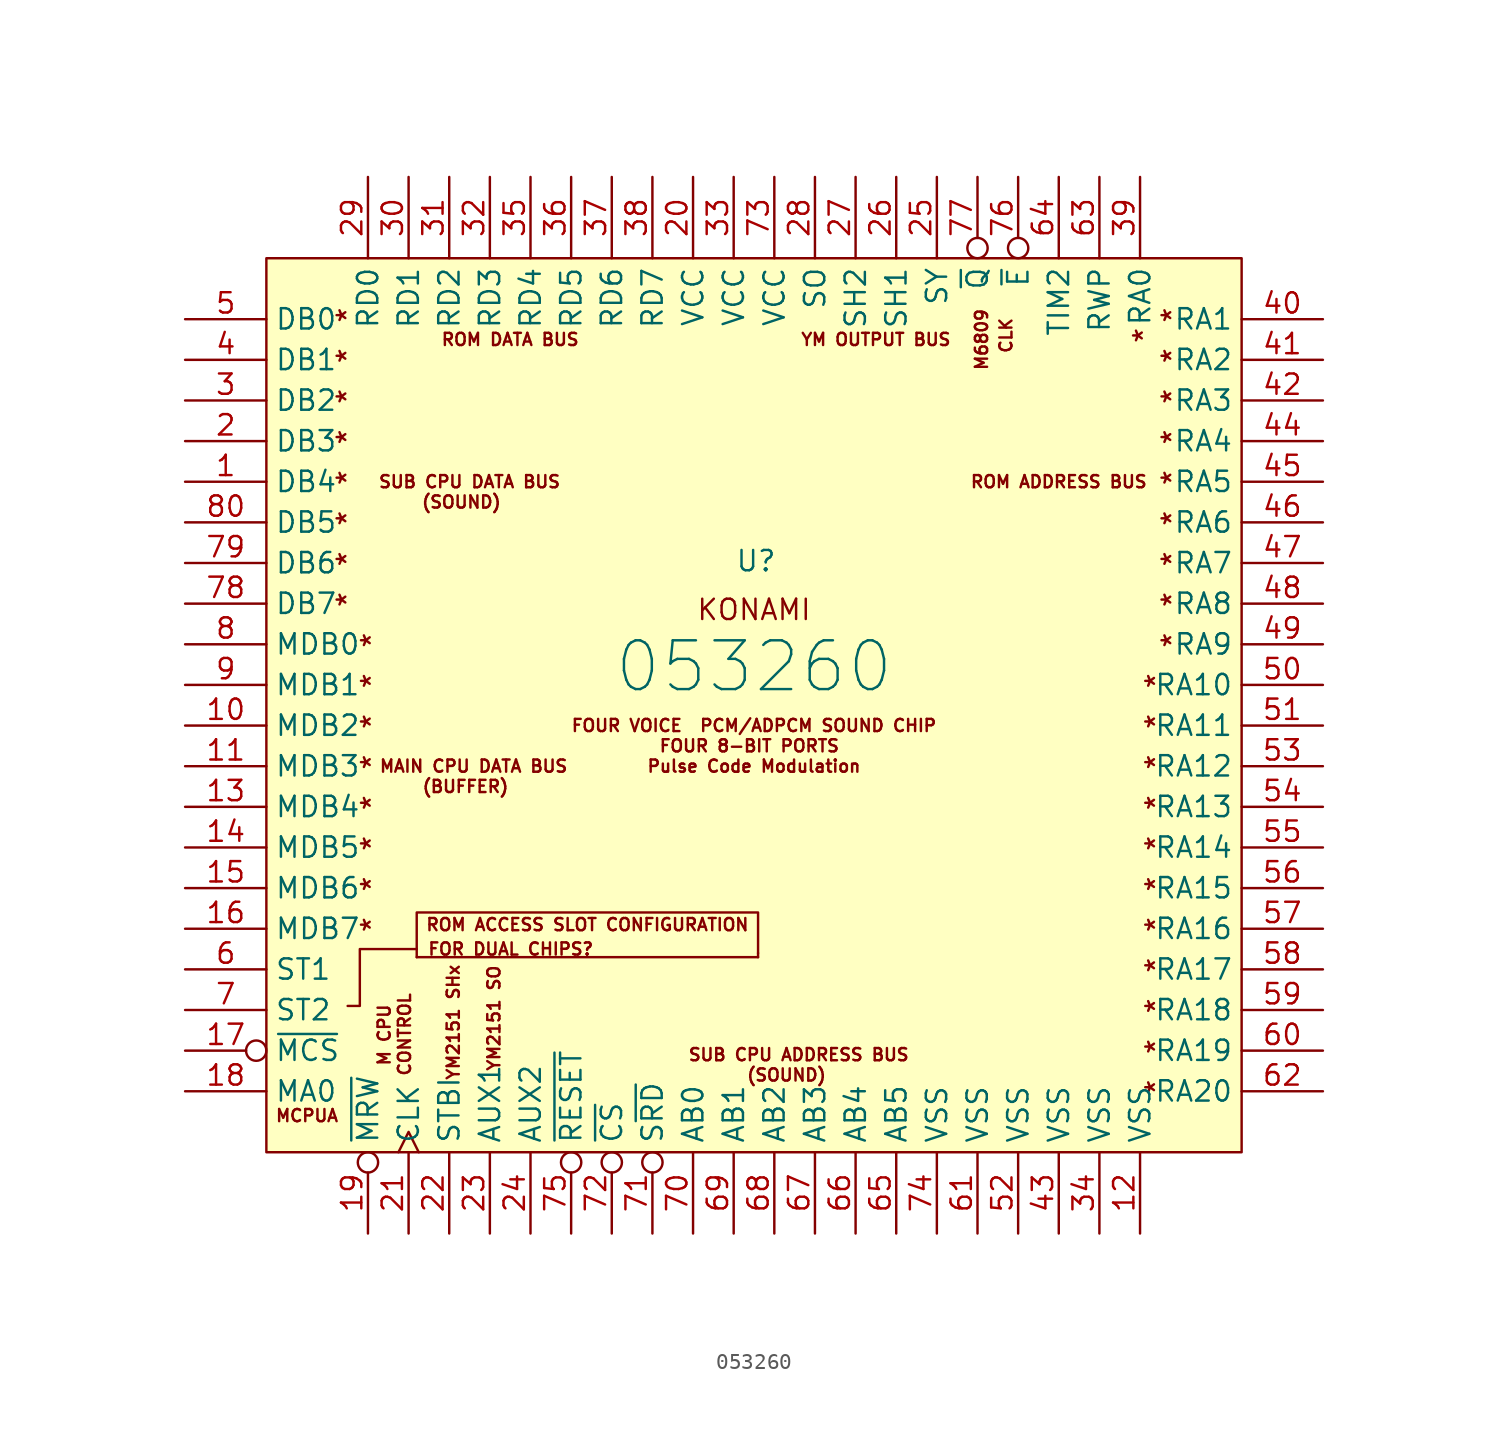
<source format=kicad_sym>
(kicad_symbol_lib
  (version 20231120)
  (generator "kicad_symbol_editor")
  (generator_version "8.0")
  (symbol "053260"
    (property "Reference" "U"
      (at 0.127 9.017 0)
      (effects (font (size 1.27 1.27))))
    (property "Value" "053260"
      (at 0 2.413 0)
      (effects (font (size 3.048 3.048))))
    (symbol "053260_0_0"
      (polyline (pts (xy -21.082 -15.748) (xy 0.254 -15.748)) (stroke (width 0.152) (type default)) (fill (type none)))
      (polyline (pts (xy 0.254 -15.494) (xy 0.254 -15.748)) (stroke (width 0.152) (type default)) (fill (type none)))
      (polyline (pts (xy -25.4 -18.796) (xy -24.638 -18.796) (xy -24.638 -15.24) (xy -21.082 -15.24)) (stroke (width 0.152) (type default)) (fill (type none)))
      (polyline (pts (xy 0.254 -15.494) (xy 0.254 -12.954) (xy -21.082 -12.954) (xy -21.082 -15.494) (xy -21.082 -15.748)) (stroke (width 0.152) (type default)) (fill (type none)))
      (text " FOR DUAL CHIPS?" (at -15.494 -15.24 0) (effects (font (size 0.762 0.762))))
      (text "(BUFFER)" (at -18.034 -5.08 0) (effects (font (size 0.762 0.762))))
      (text "(SOUND)" (at -18.288 12.7 0) (effects (font (size 0.762 0.762))))
      (text "(SOUND)" (at 2.032 -23.114 0) (effects (font (size 0.762 0.762))))
      (text "*" (at -25.4 6.604 900) (effects (font (size 1.27 1.27))))
      (text "*" (at -25.4 9.144 900) (effects (font (size 1.27 1.27))))
      (text "*" (at -25.4 11.684 900) (effects (font (size 1.27 1.27))))
      (text "*" (at -25.4 14.224 900) (effects (font (size 1.27 1.27))))
      (text "*" (at -25.4 16.764 900) (effects (font (size 1.27 1.27))))
      (text "*" (at -25.4 19.304 900) (effects (font (size 1.27 1.27))))
      (text "*" (at -25.4 21.844 900) (effects (font (size 1.27 1.27))))
      (text "*" (at -25.4 24.384 900) (effects (font (size 1.27 1.27))))
      (text "*" (at -23.876 -13.716 900) (effects (font (size 1.27 1.27))))
      (text "*" (at -23.876 -11.176 900) (effects (font (size 1.27 1.27))))
      (text "*" (at -23.876 -8.636 900) (effects (font (size 1.27 1.27))))
      (text "*" (at -23.876 -6.096 900) (effects (font (size 1.27 1.27))))
      (text "*" (at -23.876 -3.556 900) (effects (font (size 1.27 1.27))))
      (text "*" (at -23.876 -1.016 900) (effects (font (size 1.27 1.27))))
      (text "*" (at -23.876 1.524 900) (effects (font (size 1.27 1.27))))
      (text "*" (at -23.876 4.064 900) (effects (font (size 1.27 1.27))))
      (text "*" (at 24.384 23.114 900) (effects (font (size 1.27 1.27))))
      (text "*" (at 25.146 -23.876 900) (effects (font (size 1.27 1.27))))
      (text "*" (at 25.146 -21.336 900) (effects (font (size 1.27 1.27))))
      (text "*" (at 25.146 -18.796 900) (effects (font (size 1.27 1.27))))
      (text "*" (at 25.146 -16.256 900) (effects (font (size 1.27 1.27))))
      (text "*" (at 25.146 -13.716 900) (effects (font (size 1.27 1.27))))
      (text "*" (at 25.146 -11.176 900) (effects (font (size 1.27 1.27))))
      (text "*" (at 25.146 -8.636 900) (effects (font (size 1.27 1.27))))
      (text "*" (at 25.146 -6.096 900) (effects (font (size 1.27 1.27))))
      (text "*" (at 25.146 -3.556 900) (effects (font (size 1.27 1.27))))
      (text "*" (at 25.146 -1.016 900) (effects (font (size 1.27 1.27))))
      (text "*" (at 25.146 1.524 900) (effects (font (size 1.27 1.27))))
      (text "*" (at 26.162 4.064 900) (effects (font (size 1.27 1.27))))
      (text "*" (at 26.162 6.604 900) (effects (font (size 1.27 1.27))))
      (text "*" (at 26.162 9.144 900) (effects (font (size 1.27 1.27))))
      (text "*" (at 26.162 11.684 900) (effects (font (size 1.27 1.27))))
      (text "*" (at 26.162 14.224 900) (effects (font (size 1.27 1.27))))
      (text "*" (at 26.162 16.764 900) (effects (font (size 1.27 1.27))))
      (text "*" (at 26.162 19.304 900) (effects (font (size 1.27 1.27))))
      (text "*" (at 26.162 21.844 900) (effects (font (size 1.27 1.27))))
      (text "*" (at 26.162 24.384 900) (effects (font (size 1.27 1.27))))
      (text "CLK" (at 15.748 23.114 900) (effects (font (size 0.762 0.762))))
      (text "CONTROL" (at -21.844 -20.574 900) (effects (font (size 0.762 0.762))))
      (text "FOUR 8-BIT PORTS " (at 0 -2.54 0) (effects (font (size 0.762 0.762))))
      (text "FOUR VOICE  PCM/ADPCM SOUND CHIP" (at 0 -1.27 0) (effects (font (size 0.762 0.762))))
      (text "KONAMI" (at 0 5.969 0) (effects (font (size 1.27 1.27))))
      (text "M CPU " (at -23.114 -20.32 900) (effects (font (size 0.762 0.762))))
      (text "M6809" (at 14.224 22.86 900) (effects (font (size 0.762 0.762))))
      (text "MAIN CPU DATA BUS" (at -17.526 -3.81 0) (effects (font (size 0.762 0.762))))
      (text "MCPUA" (at -27.94 -25.654 0) (effects (font (size 0.762 0.762))))
      (text "ROM ACCESS SLOT CONFIGURATION" (at -10.414 -13.716 0) (effects (font (size 0.762 0.762))))
      (text "ROM ADDRESS BUS" (at 19.05 13.97 0) (effects (font (size 0.762 0.762))))
      (text "ROM DATA BUS" (at -15.24 22.86 0) (effects (font (size 0.762 0.762))))
      (text "SUB CPU ADDRESS BUS" (at 2.794 -21.844 0) (effects (font (size 0.762 0.762))))
      (text "SUB CPU DATA BUS" (at -17.78 13.97 0) (effects (font (size 0.762 0.762))))
      (text "YM OUTPUT BUS" (at 7.62 22.86 0) (effects (font (size 0.762 0.762))))
      (text "YM2151 SHx" (at -18.796 -19.812 900) (effects (font (size 0.762 0.762))))
      (text "YM2151 SO" (at -16.256 -19.558 900) (effects (font (size 0.762 0.762)))))
    (symbol "053260_0_1"
      (rectangle (start -30.48 27.94) (end 30.48 -27.94) (stroke (width 0.152) (type default)) (fill (type background))))
    (symbol "053260_1_1"
      (text "Pulse Code Modulation" (at 0 -3.81 0) (effects (font (size 0.762 0.762))))
      (pin bidirectional line (at -35.56 13.97 0) (length 5.08) (name "DB4" (effects (font (size 1.27 1.27)))) (number "1" (effects (font (size 1.27 1.27)))))
      (pin bidirectional line (at -35.56 -1.27 0) (length 5.08) (name "MDB2" (effects (font (size 1.27 1.27)))) (number "10" (effects (font (size 1.27 1.27)))))
      (pin bidirectional line (at -35.56 -3.81 0) (length 5.08) (name "MDB3" (effects (font (size 1.27 1.27)))) (number "11" (effects (font (size 1.27 1.27)))))
      (pin power_in line (at 24.13 -33.02 90) (length 5.08) (name "VSS" (effects (font (size 1.27 1.27)))) (number "12" (effects (font (size 1.27 1.27)))))
      (pin bidirectional line (at -35.56 -6.35 0) (length 5.08) (name "MDB4" (effects (font (size 1.27 1.27)))) (number "13" (effects (font (size 1.27 1.27)))))
      (pin bidirectional line (at -35.56 -8.89 0) (length 5.08) (name "MDB5" (effects (font (size 1.27 1.27)))) (number "14" (effects (font (size 1.27 1.27)))))
      (pin bidirectional line (at -35.56 -11.43 0) (length 5.08) (name "MDB6" (effects (font (size 1.27 1.27)))) (number "15" (effects (font (size 1.27 1.27)))))
      (pin bidirectional line (at -35.56 -13.97 0) (length 5.08) (name "MDB7" (effects (font (size 1.27 1.27)))) (number "16" (effects (font (size 1.27 1.27)))))
      (pin input inverted (at -35.56 -21.59 0) (length 5.08) (name "~{MCS}" (effects (font (size 1.27 1.27)))) (number "17" (effects (font (size 1.27 1.27)))))
      (pin input line (at -35.56 -24.13 0) (length 5.08) (name "MA0" (effects (font (size 1.27 1.27)))) (number "18" (effects (font (size 1.27 1.27)))))
      (pin input inverted (at -24.13 -33.02 90) (length 5.08) (name "~{MRW}" (effects (font (size 1.27 1.27)))) (number "19" (effects (font (size 1.27 1.27)))))
      (pin bidirectional line (at -35.56 16.51 0) (length 5.08) (name "DB3" (effects (font (size 1.27 1.27)))) (number "2" (effects (font (size 1.27 1.27)))))
      (pin power_in line (at -3.81 33.02 270) (length 5.08) (name "VCC" (effects (font (size 1.27 1.27)))) (number "20" (effects (font (size 1.27 1.27)))))
      (pin input clock (at -21.59 -33.02 90) (length 5.08) (name "CLK" (effects (font (size 1.27 1.27)))) (number "21" (effects (font (size 1.27 1.27)))))
      (pin input line (at -19.05 -33.02 90) (length 5.08) (name "STBI" (effects (font (size 1.27 1.27)))) (number "22" (effects (font (size 1.27 1.27)))))
      (pin input line (at -16.51 -33.02 90) (length 5.08) (name "AUX1" (effects (font (size 1.27 1.27)))) (number "23" (effects (font (size 1.27 1.27)))))
      (pin input line (at -13.97 -33.02 90) (length 5.08) (name "AUX2" (effects (font (size 1.27 1.27)))) (number "24" (effects (font (size 1.27 1.27)))))
      (pin output line (at 11.43 33.02 270) (length 5.08) (name "SY" (effects (font (size 1.27 1.27)))) (number "25" (effects (font (size 1.27 1.27)))))
      (pin output line (at 8.89 33.02 270) (length 5.08) (name "SH1" (effects (font (size 1.27 1.27)))) (number "26" (effects (font (size 1.27 1.27)))))
      (pin output line (at 6.35 33.02 270) (length 5.08) (name "SH2" (effects (font (size 1.27 1.27)))) (number "27" (effects (font (size 1.27 1.27)))))
      (pin output line (at 3.81 33.02 270) (length 5.08) (name "SO" (effects (font (size 1.27 1.27)))) (number "28" (effects (font (size 1.27 1.27)))))
      (pin bidirectional line (at -24.13 33.02 270) (length 5.08) (name "RD0" (effects (font (size 1.27 1.27)))) (number "29" (effects (font (size 1.27 1.27)))))
      (pin bidirectional line (at -35.56 19.05 0) (length 5.08) (name "DB2" (effects (font (size 1.27 1.27)))) (number "3" (effects (font (size 1.27 1.27)))))
      (pin bidirectional line (at -21.59 33.02 270) (length 5.08) (name "RD1" (effects (font (size 1.27 1.27)))) (number "30" (effects (font (size 1.27 1.27)))))
      (pin bidirectional line (at -19.05 33.02 270) (length 5.08) (name "RD2" (effects (font (size 1.27 1.27)))) (number "31" (effects (font (size 1.27 1.27)))))
      (pin bidirectional line (at -16.51 33.02 270) (length 5.08) (name "RD3" (effects (font (size 1.27 1.27)))) (number "32" (effects (font (size 1.27 1.27)))))
      (pin power_in line (at -1.27 33.02 270) (length 5.08) (name "VCC" (effects (font (size 1.27 1.27)))) (number "33" (effects (font (size 1.27 1.27)))))
      (pin power_in line (at 21.59 -33.02 90) (length 5.08) (name "VSS" (effects (font (size 1.27 1.27)))) (number "34" (effects (font (size 1.27 1.27)))))
      (pin bidirectional line (at -13.97 33.02 270) (length 5.08) (name "RD4" (effects (font (size 1.27 1.27)))) (number "35" (effects (font (size 1.27 1.27)))))
      (pin bidirectional line (at -11.43 33.02 270) (length 5.08) (name "RD5" (effects (font (size 1.27 1.27)))) (number "36" (effects (font (size 1.27 1.27)))))
      (pin bidirectional line (at -8.89 33.02 270) (length 5.08) (name "RD6" (effects (font (size 1.27 1.27)))) (number "37" (effects (font (size 1.27 1.27)))))
      (pin bidirectional line (at -6.35 33.02 270) (length 5.08) (name "RD7" (effects (font (size 1.27 1.27)))) (number "38" (effects (font (size 1.27 1.27)))))
      (pin output line (at 24.13 33.02 270) (length 5.08) (name "RA0" (effects (font (size 1.27 1.27)))) (number "39" (effects (font (size 1.27 1.27)))))
      (pin bidirectional line (at -35.56 21.59 0) (length 5.08) (name "DB1" (effects (font (size 1.27 1.27)))) (number "4" (effects (font (size 1.27 1.27)))))
      (pin output line (at 35.56 24.13 180) (length 5.08) (name "RA1" (effects (font (size 1.27 1.27)))) (number "40" (effects (font (size 1.27 1.27)))))
      (pin output line (at 35.56 21.59 180) (length 5.08) (name "RA2" (effects (font (size 1.27 1.27)))) (number "41" (effects (font (size 1.27 1.27)))))
      (pin output line (at 35.56 19.05 180) (length 5.08) (name "RA3" (effects (font (size 1.27 1.27)))) (number "42" (effects (font (size 1.27 1.27)))))
      (pin power_in line (at 19.05 -33.02 90) (length 5.08) (name "VSS" (effects (font (size 1.27 1.27)))) (number "43" (effects (font (size 1.27 1.27)))))
      (pin output line (at 35.56 16.51 180) (length 5.08) (name "RA4" (effects (font (size 1.27 1.27)))) (number "44" (effects (font (size 1.27 1.27)))))
      (pin output line (at 35.56 13.97 180) (length 5.08) (name "RA5" (effects (font (size 1.27 1.27)))) (number "45" (effects (font (size 1.27 1.27)))))
      (pin output line (at 35.56 11.43 180) (length 5.08) (name "RA6" (effects (font (size 1.27 1.27)))) (number "46" (effects (font (size 1.27 1.27)))))
      (pin output line (at 35.56 8.89 180) (length 5.08) (name "RA7" (effects (font (size 1.27 1.27)))) (number "47" (effects (font (size 1.27 1.27)))))
      (pin output line (at 35.56 6.35 180) (length 5.08) (name "RA8" (effects (font (size 1.27 1.27)))) (number "48" (effects (font (size 1.27 1.27)))))
      (pin output line (at 35.56 3.81 180) (length 5.08) (name "RA9" (effects (font (size 1.27 1.27)))) (number "49" (effects (font (size 1.27 1.27)))))
      (pin bidirectional line (at -35.56 24.13 0) (length 5.08) (name "DB0" (effects (font (size 1.27 1.27)))) (number "5" (effects (font (size 1.27 1.27)))))
      (pin output line (at 35.56 1.27 180) (length 5.08) (name "RA10" (effects (font (size 1.27 1.27)))) (number "50" (effects (font (size 1.27 1.27)))))
      (pin output line (at 35.56 -1.27 180) (length 5.08) (name "RA11" (effects (font (size 1.27 1.27)))) (number "51" (effects (font (size 1.27 1.27)))))
      (pin power_in line (at 16.51 -33.02 90) (length 5.08) (name "VSS" (effects (font (size 1.27 1.27)))) (number "52" (effects (font (size 1.27 1.27)))))
      (pin output line (at 35.56 -3.81 180) (length 5.08) (name "RA12" (effects (font (size 1.27 1.27)))) (number "53" (effects (font (size 1.27 1.27)))))
      (pin output line (at 35.56 -6.35 180) (length 5.08) (name "RA13" (effects (font (size 1.27 1.27)))) (number "54" (effects (font (size 1.27 1.27)))))
      (pin output line (at 35.56 -8.89 180) (length 5.08) (name "RA14" (effects (font (size 1.27 1.27)))) (number "55" (effects (font (size 1.27 1.27)))))
      (pin output line (at 35.56 -11.43 180) (length 5.08) (name "RA15" (effects (font (size 1.27 1.27)))) (number "56" (effects (font (size 1.27 1.27)))))
      (pin output line (at 35.56 -13.97 180) (length 5.08) (name "RA16" (effects (font (size 1.27 1.27)))) (number "57" (effects (font (size 1.27 1.27)))))
      (pin output line (at 35.56 -16.51 180) (length 5.08) (name "RA17" (effects (font (size 1.27 1.27)))) (number "58" (effects (font (size 1.27 1.27)))))
      (pin output line (at 35.56 -19.05 180) (length 5.08) (name "RA18" (effects (font (size 1.27 1.27)))) (number "59" (effects (font (size 1.27 1.27)))))
      (pin input line (at -35.56 -16.51 0) (length 5.08) (name "ST1" (effects (font (size 1.27 1.27)))) (number "6" (effects (font (size 1.27 1.27)))))
      (pin output line (at 35.56 -21.59 180) (length 5.08) (name "RA19" (effects (font (size 1.27 1.27)))) (number "60" (effects (font (size 1.27 1.27)))))
      (pin power_in line (at 13.97 -33.02 90) (length 5.08) (name "VSS" (effects (font (size 1.27 1.27)))) (number "61" (effects (font (size 1.27 1.27)))))
      (pin output line (at 35.56 -24.13 180) (length 5.08) (name "RA20" (effects (font (size 1.27 1.27)))) (number "62" (effects (font (size 1.27 1.27)))))
      (pin output line (at 21.59 33.02 270) (length 5.08) (name "RWP" (effects (font (size 1.27 1.27)))) (number "63" (effects (font (size 1.27 1.27)))))
      (pin output line (at 19.05 33.02 270) (length 5.08) (name "TIM2" (effects (font (size 1.27 1.27)))) (number "64" (effects (font (size 1.27 1.27)))))
      (pin input line (at 8.89 -33.02 90) (length 5.08) (name "AB5" (effects (font (size 1.27 1.27)))) (number "65" (effects (font (size 1.27 1.27)))))
      (pin input line (at 6.35 -33.02 90) (length 5.08) (name "AB4" (effects (font (size 1.27 1.27)))) (number "66" (effects (font (size 1.27 1.27)))))
      (pin input line (at 3.81 -33.02 90) (length 5.08) (name "AB3" (effects (font (size 1.27 1.27)))) (number "67" (effects (font (size 1.27 1.27)))))
      (pin input line (at 1.27 -33.02 90) (length 5.08) (name "AB2" (effects (font (size 1.27 1.27)))) (number "68" (effects (font (size 1.27 1.27)))))
      (pin input line (at -1.27 -33.02 90) (length 5.08) (name "AB1" (effects (font (size 1.27 1.27)))) (number "69" (effects (font (size 1.27 1.27)))))
      (pin input line (at -35.56 -19.05 0) (length 5.08) (name "ST2" (effects (font (size 1.27 1.27)))) (number "7" (effects (font (size 1.27 1.27)))))
      (pin input line (at -3.81 -33.02 90) (length 5.08) (name "AB0" (effects (font (size 1.27 1.27)))) (number "70" (effects (font (size 1.27 1.27)))))
      (pin input inverted (at -6.35 -33.02 90) (length 5.08) (name "S~{RD}" (effects (font (size 1.27 1.27)))) (number "71" (effects (font (size 1.27 1.27)))))
      (pin input inverted (at -8.89 -33.02 90) (length 5.08) (name "~{CS}" (effects (font (size 1.27 1.27)))) (number "72" (effects (font (size 1.27 1.27)))))
      (pin power_in line (at 1.27 33.02 270) (length 5.08) (name "VCC" (effects (font (size 1.27 1.27)))) (number "73" (effects (font (size 1.27 1.27)))))
      (pin power_in line (at 11.43 -33.02 90) (length 5.08) (name "VSS" (effects (font (size 1.27 1.27)))) (number "74" (effects (font (size 1.27 1.27)))))
      (pin input inverted (at -11.43 -33.02 90) (length 5.08) (name "~{RESET}" (effects (font (size 1.27 1.27)))) (number "75" (effects (font (size 1.27 1.27)))))
      (pin output inverted (at 16.51 33.02 270) (length 5.08) (name "~{E}" (effects (font (size 1.27 1.27)))) (number "76" (effects (font (size 1.27 1.27)))))
      (pin output inverted (at 13.97 33.02 270) (length 5.08) (name "~{Q}" (effects (font (size 1.27 1.27)))) (number "77" (effects (font (size 1.27 1.27)))))
      (pin bidirectional line (at -35.56 6.35 0) (length 5.08) (name "DB7" (effects (font (size 1.27 1.27)))) (number "78" (effects (font (size 1.27 1.27)))))
      (pin bidirectional line (at -35.56 8.89 0) (length 5.08) (name "DB6" (effects (font (size 1.27 1.27)))) (number "79" (effects (font (size 1.27 1.27)))))
      (pin bidirectional line (at -35.56 3.81 0) (length 5.08) (name "MDB0" (effects (font (size 1.27 1.27)))) (number "8" (effects (font (size 1.27 1.27)))))
      (pin bidirectional line (at -35.56 11.43 0) (length 5.08) (name "DB5" (effects (font (size 1.27 1.27)))) (number "80" (effects (font (size 1.27 1.27)))))
      (pin bidirectional line (at -35.56 1.27 0) (length 5.08) (name "MDB1" (effects (font (size 1.27 1.27)))) (number "9" (effects (font (size 1.27 1.27))))))))
</source>
